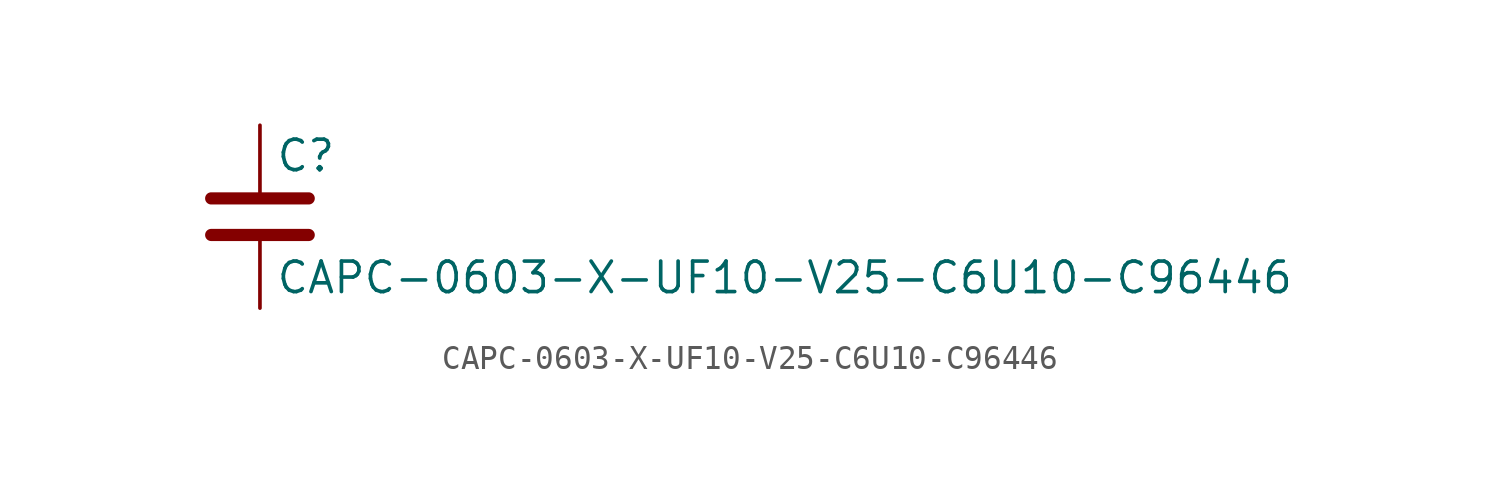
<source format=kicad_sym>
(kicad_symbol_lib
  (version 20211014)
  (generator kicad_symbol_editor)
  (symbol "CAPC-0603-X-UF10-V25-C6U10-C96446"
    (pin_numbers hide)
    (pin_names
      (offset 0.254))
    (property "Reference" "C"
      (at 0.635 2.54 0)
      (effects (font (size 1.27 1.27)) (justify left)))
    (property "Value" "CAPC-0603-X-UF10-V25-C6U10-C96446"
      (at 0.635 -2.54 0)
      (effects (font (size 1.27 1.27)) (justify left)))
    (symbol "CAPC-0603-X-UF10-V25-C6U10-C96446_0_1"
      (polyline (pts (xy -2.032 -0.762) (xy 2.032 -0.762)) (stroke (width 0.508) (type default) (color 0 0 0 0)) (fill (type none)))
      (polyline (pts (xy -2.032 0.762) (xy 2.032 0.762)) (stroke (width 0.508) (type default) (color 0 0 0 0)) (fill (type none))))
    (symbol "CAPC-0603-X-UF10-V25-C6U10-C96446_1_1"
      (pin passive line (at 0 3.81 270) (length 2.794) (name "~" (effects (font (size 1.27 1.27)))) (number "1" (effects (font (size 1.27 1.27)))))
      (pin passive line (at 0 -3.81 90) (length 2.794) (name "~" (effects (font (size 1.27 1.27)))) (number "2" (effects (font (size 1.27 1.27))))))))
</source>
